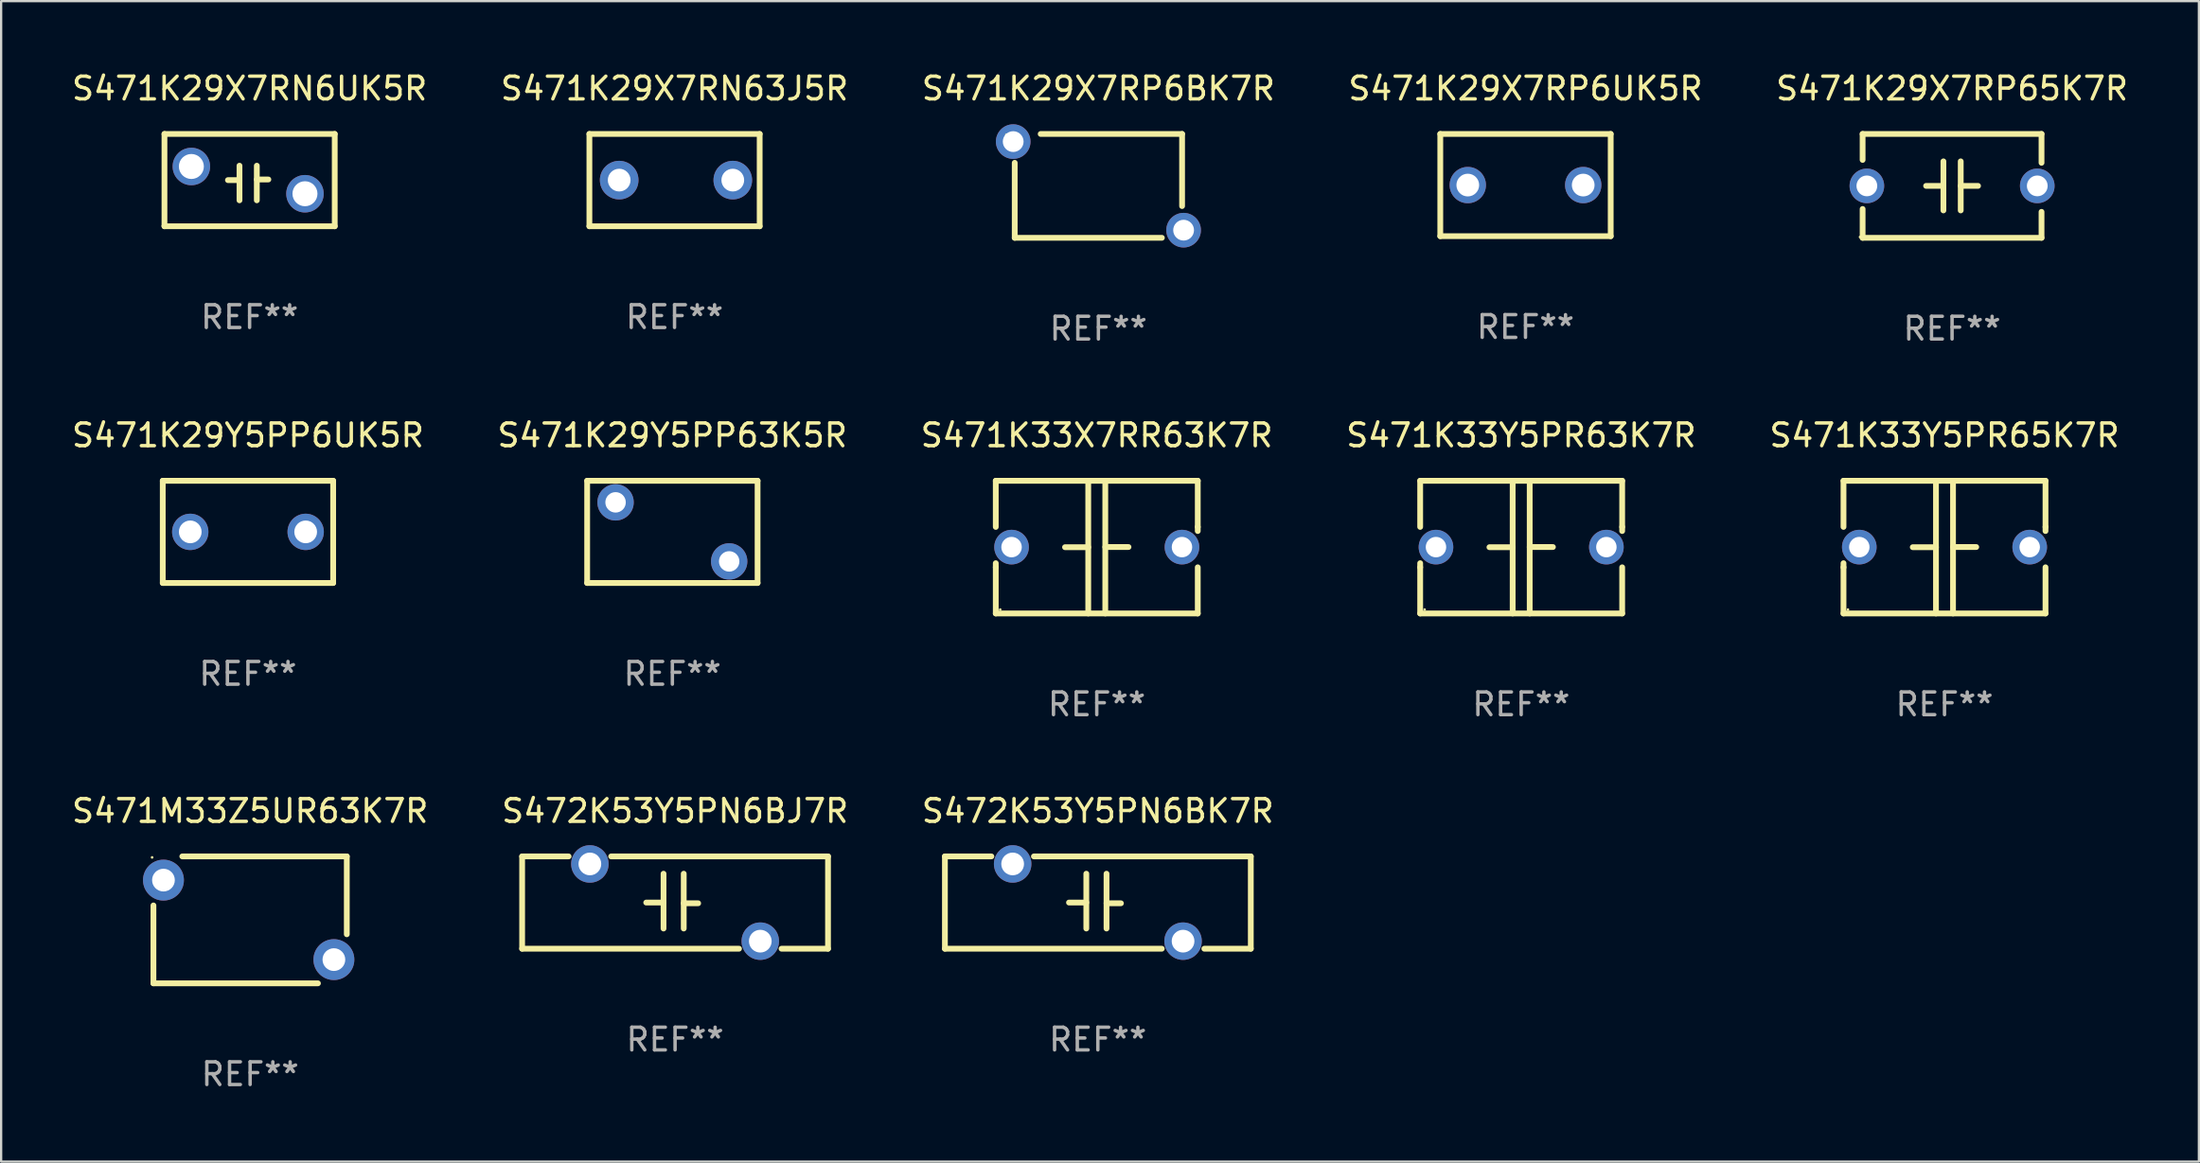
<source format=kicad_pcb>
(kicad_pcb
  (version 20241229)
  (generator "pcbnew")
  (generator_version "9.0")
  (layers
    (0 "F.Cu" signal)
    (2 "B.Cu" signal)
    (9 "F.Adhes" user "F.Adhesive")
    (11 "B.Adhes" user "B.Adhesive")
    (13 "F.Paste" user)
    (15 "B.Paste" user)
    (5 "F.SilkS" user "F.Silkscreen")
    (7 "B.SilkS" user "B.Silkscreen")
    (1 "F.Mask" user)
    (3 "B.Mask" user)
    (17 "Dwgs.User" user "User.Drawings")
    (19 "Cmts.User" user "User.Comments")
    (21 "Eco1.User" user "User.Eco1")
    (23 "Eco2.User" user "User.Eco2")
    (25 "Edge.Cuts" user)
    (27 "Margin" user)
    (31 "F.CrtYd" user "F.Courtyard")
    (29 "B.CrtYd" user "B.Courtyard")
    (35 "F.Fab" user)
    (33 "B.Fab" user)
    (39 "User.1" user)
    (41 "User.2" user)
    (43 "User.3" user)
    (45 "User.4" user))
  (footprint "S471K29X7RP65K7R"
    (layer "F.Cu")
    (at 82.863 5.134)
    (property "Reference" "S471K29X7RP65K7R" (at 0 -4.286 0) (layer "F.SilkS") (effects (font (size 1 1) (thickness 0.15))))
    (attr through_hole)
    (fp_line (start -3.937 -2.286) (end 3.937 -2.286) (stroke (width 0.254) (type solid)) (layer "F.SilkS"))
    (fp_line (start -3.937 -1.143) (end -3.937 -2.286) (stroke (width 0.254) (type solid)) (layer "F.SilkS"))
    (fp_line (start -3.937 2.286) (end -3.937 1.016) (stroke (width 0.254) (type solid)) (layer "F.SilkS"))
    (fp_line (start -0.381 -0.000025) (end -1.143 -0.000025) (stroke (width 0.254) (type solid)) (layer "F.SilkS"))
    (fp_line (start -0.381 1.08) (end -0.381 -1.08) (stroke (width 0.254) (type solid)) (layer "F.SilkS"))
    (fp_line (start 0.381 -1.08) (end 0.381 1.08) (stroke (width 0.254) (type solid)) (layer "F.SilkS"))
    (fp_line (start 0.381 0.000025) (end 1.143 0.000025) (stroke (width 0.254) (type solid)) (layer "F.SilkS"))
    (fp_line (start 3.937 -2.286) (end 3.937 -1.016) (stroke (width 0.254) (type solid)) (layer "F.SilkS"))
    (fp_line (start 3.937 1.143) (end 3.937 2.286) (stroke (width 0.254) (type solid)) (layer "F.SilkS"))
    (fp_line (start 3.937 2.286) (end -3.937 2.286) (stroke (width 0.254) (type solid)) (layer "F.SilkS"))
    (fp_circle (center -4.05 2.25) (end -4.02 2.25) (stroke (width 0.06) (type solid)) (fill no) (layer "F.SilkS"))
    (fp_text user "REF**" (at 0 6.286 0) (layer "F.Fab") (effects (font (size 1 1) (thickness 0.15))))
    (pad "1" thru_hole circle (at -3.75 0) (size 1.524 1.524) (drill 0.914) (layers "*.Cu" "*.Mask"))
    (pad "2" thru_hole circle (at 3.75 0) (size 1.524 1.524) (drill 0.914) (layers "*.Cu" "*.Mask")))
  (footprint "S471K29X7RP6BK7R"
    (layer "F.Cu")
    (at 45.292 5.134)
    (property "Reference" "S471K29X7RP6BK7R" (at 0 -4.286 0) (layer "F.SilkS") (effects (font (size 1 1) (thickness 0.15))))
    (attr through_hole)
    (fp_line (start -3.683 2.286) (end -3.683 -1.016) (stroke (width 0.254) (type solid)) (layer "F.SilkS"))
    (fp_line (start -3.683 2.286) (end 2.794 2.286) (stroke (width 0.254) (type solid)) (layer "F.SilkS"))
    (fp_line (start -2.54 -2.286) (end 3.683 -2.286) (stroke (width 0.254) (type solid)) (layer "F.SilkS"))
    (fp_line (start 3.683 -2.286) (end 3.683 0.889) (stroke (width 0.254) (type solid)) (layer "F.SilkS"))
    (fp_circle (center -4.05 -2.25) (end -4.02 -2.25) (stroke (width 0.06) (type solid)) (fill no) (layer "F.SilkS"))
    (fp_text user "REF**" (at 0 6.286 0) (layer "F.Fab") (effects (font (size 1 1) (thickness 0.15))))
    (pad "1" thru_hole circle (at -3.75 -1.95) (size 1.524 1.524) (drill 0.914) (layers "*.Cu" "*.Mask"))
    (pad "2" thru_hole circle (at 3.75 1.95) (size 1.524 1.524) (drill 0.914) (layers "*.Cu" "*.Mask")))
  (footprint "S472K53Y5PN6BK7R"
    (layer "F.Cu")
    (at 45.268 36.687)
    (property "Reference" "S472K53Y5PN6BK7R" (at 0 -4.032 0) (layer "F.SilkS") (effects (font (size 1 1) (thickness 0.15))))
    (attr through_hole)
    (fp_line (start -6.731 -2.032) (end -4.686 -2.032) (stroke (width 0.254) (type solid)) (layer "F.SilkS"))
    (fp_line (start -6.731 2.032) (end -6.731 -2.032) (stroke (width 0.254) (type solid)) (layer "F.SilkS"))
    (fp_line (start -2.814 -2.032) (end 6.731 -2.032) (stroke (width 0.254) (type solid)) (layer "F.SilkS"))
    (fp_line (start -1.27 0) (end -0.508 0) (stroke (width 0.254) (type solid)) (layer "F.SilkS"))
    (fp_line (start -0.508 1.143) (end -0.508 -1.27) (stroke (width 0.254) (type solid)) (layer "F.SilkS"))
    (fp_line (start 0.381 0.032) (end 1.016 0.032) (stroke (width 0.254) (type solid)) (layer "F.SilkS"))
    (fp_line (start 0.381 1.143) (end 0.381 -1.27) (stroke (width 0.254) (type solid)) (layer "F.SilkS"))
    (fp_line (start 2.814 2.032) (end -6.731 2.032) (stroke (width 0.254) (type solid)) (layer "F.SilkS"))
    (fp_line (start 6.731 -2.032) (end 6.731 2.032) (stroke (width 0.254) (type solid)) (layer "F.SilkS"))
    (fp_line (start 6.731 2.032) (end 4.686 2.032) (stroke (width 0.254) (type solid)) (layer "F.SilkS"))
    (fp_circle (center -6.75 -2) (end -6.72 -2) (stroke (width 0.06) (type solid)) (fill no) (layer "F.SilkS"))
    (fp_text user "REF**" (at 0 6.032 0) (layer "F.Fab") (effects (font (size 1 1) (thickness 0.15))))
    (pad "1" thru_hole circle (at -3.75 -1.7) (size 1.65 1.65) (drill 1) (layers "*.Cu" "*.Mask"))
    (pad "2" thru_hole circle (at 3.75 1.7) (size 1.65 1.65) (drill 1) (layers "*.Cu" "*.Mask")))
  (footprint "S472K53Y5PN6BJ7R"
    (layer "F.Cu")
    (at 26.661 36.687)
    (property "Reference" "S472K53Y5PN6BJ7R" (at 0 -4.032 0) (layer "F.SilkS") (effects (font (size 1 1) (thickness 0.15))))
    (attr through_hole)
    (fp_line (start -6.731 -2.032) (end -4.686 -2.032) (stroke (width 0.254) (type solid)) (layer "F.SilkS"))
    (fp_line (start -6.731 2.032) (end -6.731 -2.032) (stroke (width 0.254) (type solid)) (layer "F.SilkS"))
    (fp_line (start -2.814 -2.032) (end 6.731 -2.032) (stroke (width 0.254) (type solid)) (layer "F.SilkS"))
    (fp_line (start -1.27 0) (end -0.508 0) (stroke (width 0.254) (type solid)) (layer "F.SilkS"))
    (fp_line (start -0.508 1.143) (end -0.508 -1.27) (stroke (width 0.254) (type solid)) (layer "F.SilkS"))
    (fp_line (start 0.381 0.032) (end 1.016 0.032) (stroke (width 0.254) (type solid)) (layer "F.SilkS"))
    (fp_line (start 0.381 1.143) (end 0.381 -1.27) (stroke (width 0.254) (type solid)) (layer "F.SilkS"))
    (fp_line (start 2.814 2.032) (end -6.731 2.032) (stroke (width 0.254) (type solid)) (layer "F.SilkS"))
    (fp_line (start 6.731 -2.032) (end 6.731 2.032) (stroke (width 0.254) (type solid)) (layer "F.SilkS"))
    (fp_line (start 6.731 2.032) (end 4.686 2.032) (stroke (width 0.254) (type solid)) (layer "F.SilkS"))
    (fp_circle (center -6.75 -2) (end -6.72 -2) (stroke (width 0.06) (type solid)) (fill no) (layer "F.SilkS"))
    (fp_text user "REF**" (at 0 6.032 0) (layer "F.Fab") (effects (font (size 1 1) (thickness 0.15))))
    (pad "1" thru_hole circle (at -3.75 -1.7) (size 1.65 1.65) (drill 1) (layers "*.Cu" "*.Mask"))
    (pad "2" thru_hole circle (at 3.75 1.7) (size 1.65 1.65) (drill 1) (layers "*.Cu" "*.Mask")))
  (footprint "S471K29X7RN6UK5R"
    (layer "F.Cu")
    (at 7.935 4.88)
    (property "Reference" "S471K29X7RN6UK5R" (at 0 -4.032 0) (layer "F.SilkS") (effects (font (size 1 1) (thickness 0.15))))
    (attr through_hole)
    (fp_line (start -3.747 -2.032) (end -3.747 2.032) (stroke (width 0.254) (type solid)) (layer "F.SilkS"))
    (fp_line (start -3.747 2.032) (end 3.747 2.032) (stroke (width 0.254) (type solid)) (layer "F.SilkS"))
    (fp_line (start -0.953 0) (end -0.445 0) (stroke (width 0.254) (type solid)) (layer "F.SilkS"))
    (fp_line (start -0.445 -0.635) (end -0.445 0.889) (stroke (width 0.254) (type solid)) (layer "F.SilkS"))
    (fp_line (start 0.318 -0.635) (end 0.318 0.889) (stroke (width 0.254) (type solid)) (layer "F.SilkS"))
    (fp_line (start 0.318 -0.028) (end 0.826 -0.028) (stroke (width 0.254) (type solid)) (layer "F.SilkS"))
    (fp_line (start 3.747 -2.032) (end -3.747 -2.032) (stroke (width 0.254) (type solid)) (layer "F.SilkS"))
    (fp_line (start 3.747 2.032) (end 3.747 -2.032) (stroke (width 0.254) (type solid)) (layer "F.SilkS"))
    (fp_circle (center -3.814 2) (end -3.784 2) (stroke (width 0.06) (type solid)) (fill no) (layer "F.SilkS"))
    (fp_text user "REF**" (at 0 6.032 0) (layer "F.Fab") (effects (font (size 1 1) (thickness 0.15))))
    (pad "1" thru_hole circle (at -2.563 -0.6) (size 1.65 1.65) (drill 1.1) (layers "*.Cu" "*.Mask"))
    (pad "2" thru_hole circle (at 2.437 0.6) (size 1.65 1.65) (drill 1.1) (layers "*.Cu" "*.Mask")))
  (footprint "S471M33Z5UR63K7R"
    (layer "F.Cu")
    (at 7.958 37.449)
    (property "Reference" "S471M33Z5UR63K7R" (at 0 -4.794 0) (layer "F.SilkS") (effects (font (size 1 1) (thickness 0.15))))
    (attr through_hole)
    (fp_line (start -4.255 2.794) (end -4.255 -0.635) (stroke (width 0.254) (type solid)) (layer "F.SilkS"))
    (fp_line (start -4.255 2.794) (end 2.985 2.794) (stroke (width 0.254) (type solid)) (layer "F.SilkS"))
    (fp_line (start -2.985 -2.794) (end 4.255 -2.794) (stroke (width 0.254) (type solid)) (layer "F.SilkS"))
    (fp_line (start 4.255 -2.794) (end 4.255 0.635) (stroke (width 0.254) (type solid)) (layer "F.SilkS"))
    (fp_circle (center -4.313 -2.75) (end -4.283 -2.75) (stroke (width 0.06) (type solid)) (fill no) (layer "F.SilkS"))
    (fp_text user "REF**" (at 0 6.794 0) (layer "F.Fab") (effects (font (size 1 1) (thickness 0.15))))
    (pad "1" thru_hole circle (at -3.814 -1.75) (size 1.8 1.8) (drill 1) (layers "*.Cu" "*.Mask"))
    (pad "2" thru_hole circle (at 3.687 1.75) (size 1.8 1.8) (drill 1) (layers "*.Cu" "*.Mask")))
  (footprint "S471K29X7RN63J5R"
    (layer "F.Cu")
    (at 26.637 4.88)
    (property "Reference" "S471K29X7RN63J5R" (at 0 -4.032 0) (layer "F.SilkS") (effects (font (size 1 1) (thickness 0.15))))
    (attr through_hole)
    (fp_line (start -3.747 -2.032) (end -3.747 2.032) (stroke (width 0.254) (type solid)) (layer "F.SilkS"))
    (fp_line (start -3.747 2.032) (end 3.747 2.032) (stroke (width 0.254) (type solid)) (layer "F.SilkS"))
    (fp_line (start 3.747 -2.032) (end -3.747 -2.032) (stroke (width 0.254) (type solid)) (layer "F.SilkS"))
    (fp_line (start 3.747 2.032) (end 3.747 -2.032) (stroke (width 0.254) (type solid)) (layer "F.SilkS"))
    (fp_circle (center -3.687 2) (end -3.657 2) (stroke (width 0.06) (type solid)) (fill no) (layer "F.SilkS"))
    (fp_text user "REF**" (at 0 6.032 0) (layer "F.Fab") (effects (font (size 1 1) (thickness 0.15))))
    (pad "1" thru_hole circle (at -2.436 0) (size 1.7 1.7) (drill 1) (layers "*.Cu" "*.Mask"))
    (pad "2" thru_hole circle (at 2.564 0) (size 1.7 1.7) (drill 1) (layers "*.Cu" "*.Mask")))
  (footprint "S471K29Y5PP63K5R"
    (layer "F.Cu")
    (at 26.542 20.367)
    (property "Reference" "S471K29Y5PP63K5R" (at 0 -4.25 0) (layer "F.SilkS") (effects (font (size 1 1) (thickness 0.15))))
    (attr through_hole)
    (fp_line (start -3.75 -2.25) (end -3.75 2.25) (stroke (width 0.254) (type solid)) (layer "F.SilkS"))
    (fp_line (start -3.75 -2.25) (end 3.75 -2.25) (stroke (width 0.254) (type solid)) (layer "F.SilkS"))
    (fp_line (start 3.75 -2.25) (end 3.75 2.25) (stroke (width 0.254) (type solid)) (layer "F.SilkS"))
    (fp_line (start 3.75 2.25) (end -3.75 2.25) (stroke (width 0.254) (type solid)) (layer "F.SilkS"))
    (fp_circle (center -3.75 2.25) (end -3.72 2.25) (stroke (width 0.06) (type solid)) (fill no) (layer "F.SilkS"))
    (fp_text user "REF**" (at 0 6.25 0) (layer "F.Fab") (effects (font (size 1 1) (thickness 0.15))))
    (pad "1" thru_hole circle (at -2.5 -1.3) (size 1.6 1.6) (drill 0.9) (layers "*.Cu" "*.Mask"))
    (pad "2" thru_hole circle (at 2.5 1.3) (size 1.6 1.6) (drill 0.9) (layers "*.Cu" "*.Mask")))
  (footprint "S471K29Y5PP6UK5R"
    (layer "F.Cu")
    (at 7.863 20.367)
    (property "Reference" "S471K29Y5PP6UK5R" (at 0 -4.25 0) (layer "F.SilkS") (effects (font (size 1 1) (thickness 0.15))))
    (attr through_hole)
    (fp_line (start -3.75 -2.25) (end -3.75 2.25) (stroke (width 0.254) (type solid)) (layer "F.SilkS"))
    (fp_line (start -3.75 -2.25) (end 3.75 -2.25) (stroke (width 0.254) (type solid)) (layer "F.SilkS"))
    (fp_line (start 3.75 -2.25) (end 3.75 2.25) (stroke (width 0.254) (type solid)) (layer "F.SilkS"))
    (fp_line (start 3.75 2.25) (end -3.75 2.25) (stroke (width 0.254) (type solid)) (layer "F.SilkS"))
    (fp_circle (center -3.75 2.25) (end -3.72 2.25) (stroke (width 0.06) (type solid)) (fill no) (layer "F.SilkS"))
    (fp_text user "REF**" (at 0 6.25 0) (layer "F.Fab") (effects (font (size 1 1) (thickness 0.15))))
    (pad "1" thru_hole circle (at -2.54 0) (size 1.6 1.6) (drill 1) (layers "*.Cu" "*.Mask"))
    (pad "2" thru_hole circle (at 2.54 0) (size 1.6 1.6) (drill 1) (layers "*.Cu" "*.Mask")))
  (footprint "S471K29X7RP6UK5R"
    (layer "F.Cu")
    (at 64.089 5.098)
    (property "Reference" "S471K29X7RP6UK5R" (at 0 -4.25 0) (layer "F.SilkS") (effects (font (size 1 1) (thickness 0.15))))
    (attr through_hole)
    (fp_line (start -3.75 -2.25) (end -3.75 2.25) (stroke (width 0.254) (type solid)) (layer "F.SilkS"))
    (fp_line (start -3.75 -2.25) (end 3.75 -2.25) (stroke (width 0.254) (type solid)) (layer "F.SilkS"))
    (fp_line (start 3.75 -2.25) (end 3.75 2.25) (stroke (width 0.254) (type solid)) (layer "F.SilkS"))
    (fp_line (start 3.75 2.25) (end -3.75 2.25) (stroke (width 0.254) (type solid)) (layer "F.SilkS"))
    (fp_circle (center -3.75 2.25) (end -3.72 2.25) (stroke (width 0.06) (type solid)) (fill no) (layer "F.SilkS"))
    (fp_text user "REF**" (at 0 6.25 0) (layer "F.Fab") (effects (font (size 1 1) (thickness 0.15))))
    (pad "1" thru_hole circle (at -2.54 0) (size 1.6 1.6) (drill 1) (layers "*.Cu" "*.Mask"))
    (pad "2" thru_hole circle (at 2.54 0) (size 1.6 1.6) (drill 1) (layers "*.Cu" "*.Mask")))
  (footprint "S471K33Y5PR65K7R"
    (layer "F.Cu")
    (at 82.53 21.038)
    (property "Reference" "S471K33Y5PR65K7R" (at 0 -4.921 0) (layer "F.SilkS") (effects (font (size 1 1) (thickness 0.15))))
    (attr through_hole)
    (fp_line (start -4.445 -2.921) (end 4.445 -2.921) (stroke (width 0.254) (type solid)) (layer "F.SilkS"))
    (fp_line (start -4.445 -0.889) (end -4.445 -2.921) (stroke (width 0.254) (type solid)) (layer "F.SilkS"))
    (fp_line (start -4.445 0.889) (end -4.445 0.708) (stroke (width 0.254) (type solid)) (layer "F.SilkS"))
    (fp_line (start -4.445 2.921) (end -4.445 0.889) (stroke (width 0.254) (type solid)) (layer "F.SilkS"))
    (fp_line (start -0.375 0.004) (end -1.397 0.004) (stroke (width 0.254) (type solid)) (layer "F.SilkS"))
    (fp_line (start -0.375 2.921) (end -0.375 -2.921) (stroke (width 0.254) (type solid)) (layer "F.SilkS"))
    (fp_line (start 0.375 -2.921) (end 0.375 2.921) (stroke (width 0.254) (type solid)) (layer "F.SilkS"))
    (fp_line (start 0.375 -0.004) (end 1.397 -0.004) (stroke (width 0.254) (type solid)) (layer "F.SilkS"))
    (fp_line (start 4.445 -2.921) (end 4.445 -0.889) (stroke (width 0.254) (type solid)) (layer "F.SilkS"))
    (fp_line (start 4.445 -0.889) (end 4.445 -0.708) (stroke (width 0.254) (type solid)) (layer "F.SilkS"))
    (fp_line (start 4.445 0.889) (end 4.445 2.921) (stroke (width 0.254) (type solid)) (layer "F.SilkS"))
    (fp_line (start 4.445 2.921) (end -4.445 2.921) (stroke (width 0.254) (type solid)) (layer "F.SilkS"))
    (fp_circle (center -4.25 2.75) (end -4.22 2.75) (stroke (width 0.06) (type solid)) (fill no) (layer "F.SilkS"))
    (fp_text user "REF**" (at 0 6.921 0) (layer "F.Fab") (effects (font (size 1 1) (thickness 0.15))))
    (pad "1" thru_hole circle (at -3.75 0) (size 1.524 1.524) (drill 0.9) (layers "*.Cu" "*.Mask"))
    (pad "2" thru_hole circle (at 3.75 0) (size 1.524 1.524) (drill 0.9) (layers "*.Cu" "*.Mask")))
  (footprint "S471K33X7RR63K7R"
    (layer "F.Cu")
    (at 45.22 21.038)
    (property "Reference" "S471K33X7RR63K7R" (at 0 -4.921 0) (layer "F.SilkS") (effects (font (size 1 1) (thickness 0.15))))
    (attr through_hole)
    (fp_line (start -4.445 -2.921) (end 4.445 -2.921) (stroke (width 0.254) (type solid)) (layer "F.SilkS"))
    (fp_line (start -4.445 -0.889) (end -4.445 -2.921) (stroke (width 0.254) (type solid)) (layer "F.SilkS"))
    (fp_line (start -4.445 0.889) (end -4.445 0.708) (stroke (width 0.254) (type solid)) (layer "F.SilkS"))
    (fp_line (start -4.445 2.921) (end -4.445 0.889) (stroke (width 0.254) (type solid)) (layer "F.SilkS"))
    (fp_line (start -0.375 0.004) (end -1.397 0.004) (stroke (width 0.254) (type solid)) (layer "F.SilkS"))
    (fp_line (start -0.375 2.921) (end -0.375 -2.921) (stroke (width 0.254) (type solid)) (layer "F.SilkS"))
    (fp_line (start 0.375 -2.921) (end 0.375 2.921) (stroke (width 0.254) (type solid)) (layer "F.SilkS"))
    (fp_line (start 0.375 -0.004) (end 1.397 -0.004) (stroke (width 0.254) (type solid)) (layer "F.SilkS"))
    (fp_line (start 4.445 -2.921) (end 4.445 -0.889) (stroke (width 0.254) (type solid)) (layer "F.SilkS"))
    (fp_line (start 4.445 -0.889) (end 4.445 -0.708) (stroke (width 0.254) (type solid)) (layer "F.SilkS"))
    (fp_line (start 4.445 0.889) (end 4.445 2.921) (stroke (width 0.254) (type solid)) (layer "F.SilkS"))
    (fp_line (start 4.445 2.921) (end -4.445 2.921) (stroke (width 0.254) (type solid)) (layer "F.SilkS"))
    (fp_circle (center -4.25 2.75) (end -4.22 2.75) (stroke (width 0.06) (type solid)) (fill no) (layer "F.SilkS"))
    (fp_text user "REF**" (at 0 6.921 0) (layer "F.Fab") (effects (font (size 1 1) (thickness 0.15))))
    (pad "1" thru_hole circle (at -3.75 0) (size 1.524 1.524) (drill 0.9) (layers "*.Cu" "*.Mask"))
    (pad "2" thru_hole circle (at 3.75 0) (size 1.524 1.524) (drill 0.9) (layers "*.Cu" "*.Mask")))
  (footprint "S471K33Y5PR63K7R"
    (layer "F.Cu")
    (at 63.899 21.038)
    (property "Reference" "S471K33Y5PR63K7R" (at 0 -4.921 0) (layer "F.SilkS") (effects (font (size 1 1) (thickness 0.15))))
    (attr through_hole)
    (fp_line (start -4.445 -2.921) (end 4.445 -2.921) (stroke (width 0.254) (type solid)) (layer "F.SilkS"))
    (fp_line (start -4.445 -0.889) (end -4.445 -2.921) (stroke (width 0.254) (type solid)) (layer "F.SilkS"))
    (fp_line (start -4.445 0.889) (end -4.445 0.708) (stroke (width 0.254) (type solid)) (layer "F.SilkS"))
    (fp_line (start -4.445 2.921) (end -4.445 0.889) (stroke (width 0.254) (type solid)) (layer "F.SilkS"))
    (fp_line (start -0.375 0.004) (end -1.397 0.004) (stroke (width 0.254) (type solid)) (layer "F.SilkS"))
    (fp_line (start -0.375 2.921) (end -0.375 -2.921) (stroke (width 0.254) (type solid)) (layer "F.SilkS"))
    (fp_line (start 0.375 -2.921) (end 0.375 2.921) (stroke (width 0.254) (type solid)) (layer "F.SilkS"))
    (fp_line (start 0.375 -0.004) (end 1.397 -0.004) (stroke (width 0.254) (type solid)) (layer "F.SilkS"))
    (fp_line (start 4.445 -2.921) (end 4.445 -0.889) (stroke (width 0.254) (type solid)) (layer "F.SilkS"))
    (fp_line (start 4.445 -0.889) (end 4.445 -0.708) (stroke (width 0.254) (type solid)) (layer "F.SilkS"))
    (fp_line (start 4.445 0.889) (end 4.445 2.921) (stroke (width 0.254) (type solid)) (layer "F.SilkS"))
    (fp_line (start 4.445 2.921) (end -4.445 2.921) (stroke (width 0.254) (type solid)) (layer "F.SilkS"))
    (fp_circle (center -4.25 2.75) (end -4.22 2.75) (stroke (width 0.06) (type solid)) (fill no) (layer "F.SilkS"))
    (fp_text user "REF**" (at 0 6.921 0) (layer "F.Fab") (effects (font (size 1 1) (thickness 0.15))))
    (pad "1" thru_hole circle (at -3.75 0) (size 1.524 1.524) (drill 0.9) (layers "*.Cu" "*.Mask"))
    (pad "2" thru_hole circle (at 3.75 0) (size 1.524 1.524) (drill 0.9) (layers "*.Cu" "*.Mask")))
  (gr_rect
    (start -3 -3)
    (end 93.726 48.092)
    (stroke (width 0.1) (type default))
    (fill no)
    (layer "Edge.Cuts")))
</source>
